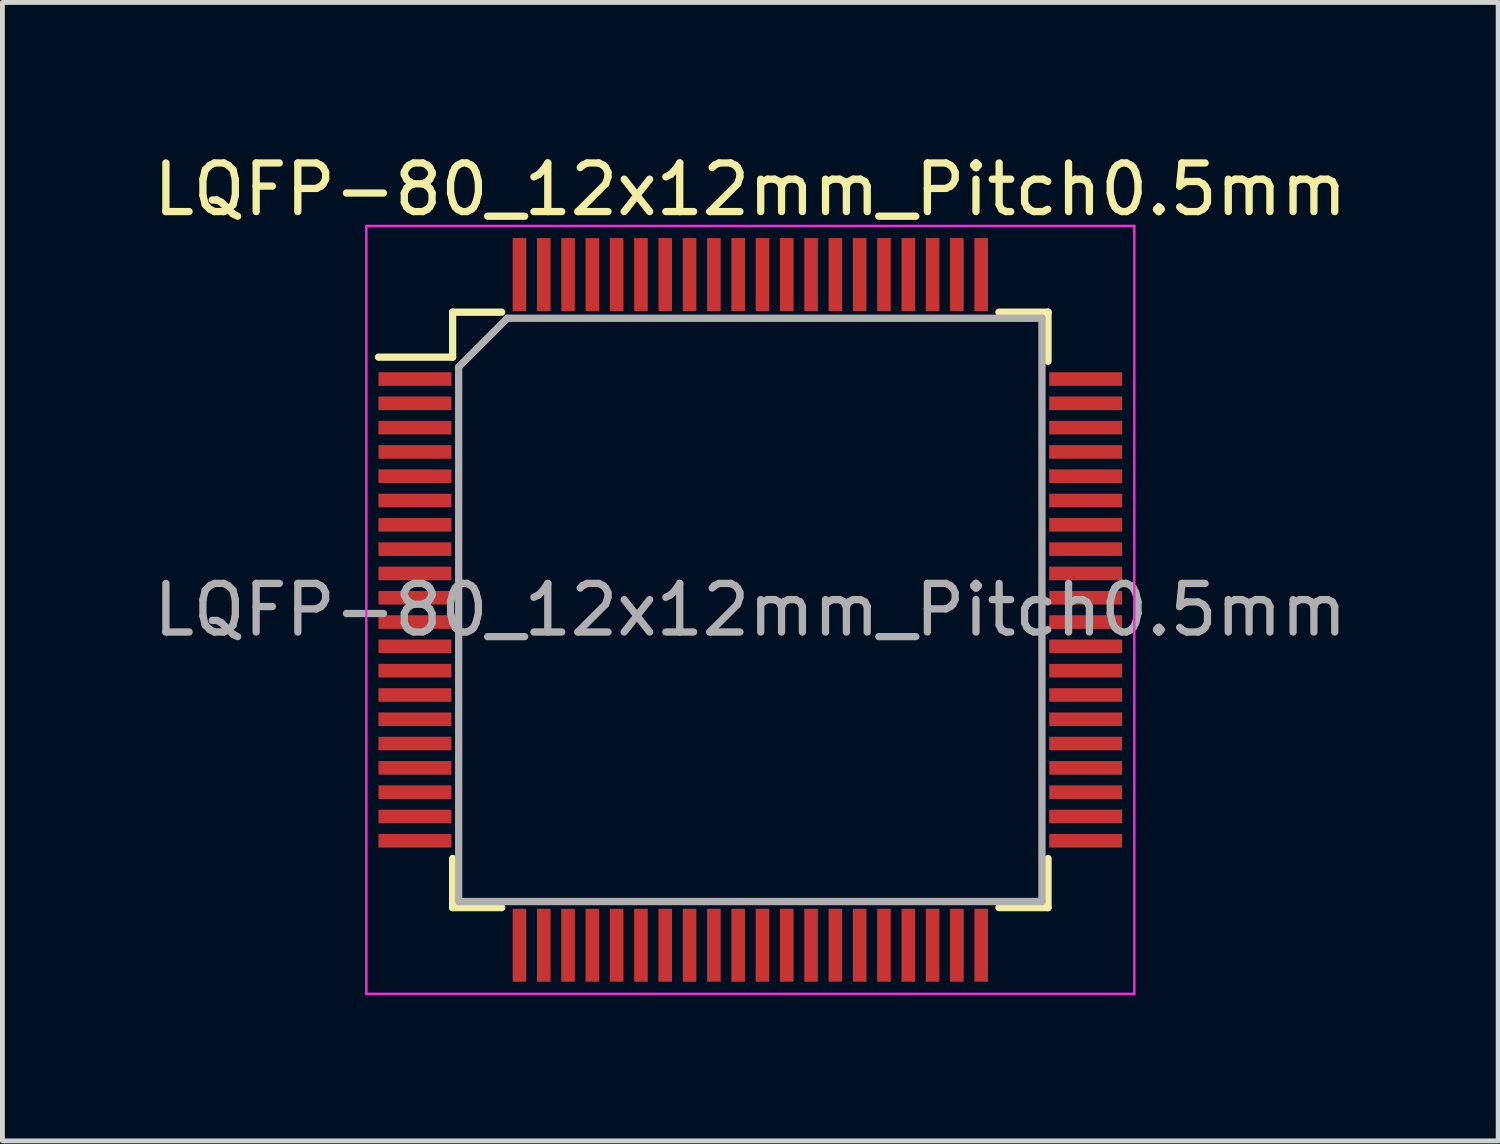
<source format=kicad_pcb>
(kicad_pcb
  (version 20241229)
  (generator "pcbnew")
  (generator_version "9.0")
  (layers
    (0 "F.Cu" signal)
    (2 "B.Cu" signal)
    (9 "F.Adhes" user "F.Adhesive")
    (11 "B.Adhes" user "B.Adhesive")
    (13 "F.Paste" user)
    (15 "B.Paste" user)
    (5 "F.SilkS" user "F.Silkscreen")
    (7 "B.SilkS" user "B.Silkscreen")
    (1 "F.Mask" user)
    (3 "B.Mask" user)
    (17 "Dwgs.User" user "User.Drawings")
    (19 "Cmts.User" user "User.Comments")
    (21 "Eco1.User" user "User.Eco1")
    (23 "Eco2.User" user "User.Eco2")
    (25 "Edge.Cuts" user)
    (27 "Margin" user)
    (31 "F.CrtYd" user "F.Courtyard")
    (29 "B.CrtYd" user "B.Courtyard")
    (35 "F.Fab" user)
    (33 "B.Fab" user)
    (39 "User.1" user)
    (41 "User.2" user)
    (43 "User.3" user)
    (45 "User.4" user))
  (footprint "LQFP-80_12x12mm_Pitch0.5mm"
    (layer "F.Cu")
    (at 12.387 9.498)
    (property "Reference" "LQFP-80_12x12mm_Pitch0.5mm" (at 0 -8.65 0) (layer "F.SilkS") (effects (font (size 1 1) (thickness 0.15))))
    (attr smd)
    (fp_line (start -6.125 -6.125) (end -6.125 -5.2) (stroke (width 0.15) (type solid)) (layer "F.SilkS"))
    (fp_line (start -6.125 -6.125) (end -5.115 -6.125) (stroke (width 0.15) (type solid)) (layer "F.SilkS"))
    (fp_line (start -6.125 -5.2) (end -7.65 -5.2) (stroke (width 0.15) (type solid)) (layer "F.SilkS"))
    (fp_line (start -6.125 6.125) (end -6.125 5.115) (stroke (width 0.15) (type solid)) (layer "F.SilkS"))
    (fp_line (start -6.125 6.125) (end -5.115 6.125) (stroke (width 0.15) (type solid)) (layer "F.SilkS"))
    (fp_line (start 6.125 -6.125) (end 5.115 -6.125) (stroke (width 0.15) (type solid)) (layer "F.SilkS"))
    (fp_line (start 6.125 -6.125) (end 6.125 -5.115) (stroke (width 0.15) (type solid)) (layer "F.SilkS"))
    (fp_line (start 6.125 6.125) (end 5.115 6.125) (stroke (width 0.15) (type solid)) (layer "F.SilkS"))
    (fp_line (start 6.125 6.125) (end 6.125 5.115) (stroke (width 0.15) (type solid)) (layer "F.SilkS"))
    (fp_line (start -7.9 -7.9) (end -7.9 7.9) (stroke (width 0.05) (type solid)) (layer "F.CrtYd"))
    (fp_line (start -7.9 -7.9) (end 7.9 -7.9) (stroke (width 0.05) (type solid)) (layer "F.CrtYd"))
    (fp_line (start -7.9 7.9) (end 7.9 7.9) (stroke (width 0.05) (type solid)) (layer "F.CrtYd"))
    (fp_line (start 7.9 -7.9) (end 7.9 7.9) (stroke (width 0.05) (type solid)) (layer "F.CrtYd"))
    (fp_line (start -6 -5) (end -5 -6) (stroke (width 0.15) (type solid)) (layer "F.Fab"))
    (fp_line (start -6 6) (end -6 -5) (stroke (width 0.15) (type solid)) (layer "F.Fab"))
    (fp_line (start -5 -6) (end 6 -6) (stroke (width 0.15) (type solid)) (layer "F.Fab"))
    (fp_line (start 6 -6) (end 6 6) (stroke (width 0.15) (type solid)) (layer "F.Fab"))
    (fp_line (start 6 6) (end -6 6) (stroke (width 0.15) (type solid)) (layer "F.Fab"))
    (fp_text user "${REFERENCE}" (at 0 0 0) (layer "F.Fab") (effects (font (size 1 1) (thickness 0.15))))
    (pad "1" smd rect (at -6.9 -4.75) (size 1.5 0.28) (layers "F.Cu" "F.Mask" "F.Paste"))
    (pad "2" smd rect (at -6.9 -4.25) (size 1.5 0.28) (layers "F.Cu" "F.Mask" "F.Paste"))
    (pad "3" smd rect (at -6.9 -3.75) (size 1.5 0.28) (layers "F.Cu" "F.Mask" "F.Paste"))
    (pad "4" smd rect (at -6.9 -3.25) (size 1.5 0.28) (layers "F.Cu" "F.Mask" "F.Paste"))
    (pad "5" smd rect (at -6.9 -2.75) (size 1.5 0.28) (layers "F.Cu" "F.Mask" "F.Paste"))
    (pad "6" smd rect (at -6.9 -2.25) (size 1.5 0.28) (layers "F.Cu" "F.Mask" "F.Paste"))
    (pad "7" smd rect (at -6.9 -1.75) (size 1.5 0.28) (layers "F.Cu" "F.Mask" "F.Paste"))
    (pad "8" smd rect (at -6.9 -1.25) (size 1.5 0.28) (layers "F.Cu" "F.Mask" "F.Paste"))
    (pad "9" smd rect (at -6.9 -0.75) (size 1.5 0.28) (layers "F.Cu" "F.Mask" "F.Paste"))
    (pad "10" smd rect (at -6.9 -0.25) (size 1.5 0.28) (layers "F.Cu" "F.Mask" "F.Paste"))
    (pad "11" smd rect (at -6.9 0.25) (size 1.5 0.28) (layers "F.Cu" "F.Mask" "F.Paste"))
    (pad "12" smd rect (at -6.9 0.75) (size 1.5 0.28) (layers "F.Cu" "F.Mask" "F.Paste"))
    (pad "13" smd rect (at -6.9 1.25) (size 1.5 0.28) (layers "F.Cu" "F.Mask" "F.Paste"))
    (pad "14" smd rect (at -6.9 1.75) (size 1.5 0.28) (layers "F.Cu" "F.Mask" "F.Paste"))
    (pad "15" smd rect (at -6.9 2.25) (size 1.5 0.28) (layers "F.Cu" "F.Mask" "F.Paste"))
    (pad "16" smd rect (at -6.9 2.75) (size 1.5 0.28) (layers "F.Cu" "F.Mask" "F.Paste"))
    (pad "17" smd rect (at -6.9 3.25) (size 1.5 0.28) (layers "F.Cu" "F.Mask" "F.Paste"))
    (pad "18" smd rect (at -6.9 3.75) (size 1.5 0.28) (layers "F.Cu" "F.Mask" "F.Paste"))
    (pad "19" smd rect (at -6.9 4.25) (size 1.5 0.28) (layers "F.Cu" "F.Mask" "F.Paste"))
    (pad "20" smd rect (at -6.9 4.75) (size 1.5 0.28) (layers "F.Cu" "F.Mask" "F.Paste"))
    (pad "21" smd rect (at -4.75 6.9 90) (size 1.5 0.28) (layers "F.Cu" "F.Mask" "F.Paste"))
    (pad "22" smd rect (at -4.25 6.9 90) (size 1.5 0.28) (layers "F.Cu" "F.Mask" "F.Paste"))
    (pad "23" smd rect (at -3.75 6.9 90) (size 1.5 0.28) (layers "F.Cu" "F.Mask" "F.Paste"))
    (pad "24" smd rect (at -3.25 6.9 90) (size 1.5 0.28) (layers "F.Cu" "F.Mask" "F.Paste"))
    (pad "25" smd rect (at -2.75 6.9 90) (size 1.5 0.28) (layers "F.Cu" "F.Mask" "F.Paste"))
    (pad "26" smd rect (at -2.25 6.9 90) (size 1.5 0.28) (layers "F.Cu" "F.Mask" "F.Paste"))
    (pad "27" smd rect (at -1.75 6.9 90) (size 1.5 0.28) (layers "F.Cu" "F.Mask" "F.Paste"))
    (pad "28" smd rect (at -1.25 6.9 90) (size 1.5 0.28) (layers "F.Cu" "F.Mask" "F.Paste"))
    (pad "29" smd rect (at -0.75 6.9 90) (size 1.5 0.28) (layers "F.Cu" "F.Mask" "F.Paste"))
    (pad "30" smd rect (at -0.25 6.9 90) (size 1.5 0.28) (layers "F.Cu" "F.Mask" "F.Paste"))
    (pad "31" smd rect (at 0.25 6.9 90) (size 1.5 0.28) (layers "F.Cu" "F.Mask" "F.Paste"))
    (pad "32" smd rect (at 0.75 6.9 90) (size 1.5 0.28) (layers "F.Cu" "F.Mask" "F.Paste"))
    (pad "33" smd rect (at 1.25 6.9 90) (size 1.5 0.28) (layers "F.Cu" "F.Mask" "F.Paste"))
    (pad "34" smd rect (at 1.75 6.9 90) (size 1.5 0.28) (layers "F.Cu" "F.Mask" "F.Paste"))
    (pad "35" smd rect (at 2.25 6.9 90) (size 1.5 0.28) (layers "F.Cu" "F.Mask" "F.Paste"))
    (pad "36" smd rect (at 2.75 6.9 90) (size 1.5 0.28) (layers "F.Cu" "F.Mask" "F.Paste"))
    (pad "37" smd rect (at 3.25 6.9 90) (size 1.5 0.28) (layers "F.Cu" "F.Mask" "F.Paste"))
    (pad "38" smd rect (at 3.75 6.9 90) (size 1.5 0.28) (layers "F.Cu" "F.Mask" "F.Paste"))
    (pad "39" smd rect (at 4.25 6.9 90) (size 1.5 0.28) (layers "F.Cu" "F.Mask" "F.Paste"))
    (pad "40" smd rect (at 4.75 6.9 90) (size 1.5 0.28) (layers "F.Cu" "F.Mask" "F.Paste"))
    (pad "41" smd rect (at 6.9 4.75) (size 1.5 0.28) (layers "F.Cu" "F.Mask" "F.Paste"))
    (pad "42" smd rect (at 6.9 4.25) (size 1.5 0.28) (layers "F.Cu" "F.Mask" "F.Paste"))
    (pad "43" smd rect (at 6.9 3.75) (size 1.5 0.28) (layers "F.Cu" "F.Mask" "F.Paste"))
    (pad "44" smd rect (at 6.9 3.25) (size 1.5 0.28) (layers "F.Cu" "F.Mask" "F.Paste"))
    (pad "45" smd rect (at 6.9 2.75) (size 1.5 0.28) (layers "F.Cu" "F.Mask" "F.Paste"))
    (pad "46" smd rect (at 6.9 2.25) (size 1.5 0.28) (layers "F.Cu" "F.Mask" "F.Paste"))
    (pad "47" smd rect (at 6.9 1.75) (size 1.5 0.28) (layers "F.Cu" "F.Mask" "F.Paste"))
    (pad "48" smd rect (at 6.9 1.25) (size 1.5 0.28) (layers "F.Cu" "F.Mask" "F.Paste"))
    (pad "49" smd rect (at 6.9 0.75) (size 1.5 0.28) (layers "F.Cu" "F.Mask" "F.Paste"))
    (pad "50" smd rect (at 6.9 0.25) (size 1.5 0.28) (layers "F.Cu" "F.Mask" "F.Paste"))
    (pad "51" smd rect (at 6.9 -0.25) (size 1.5 0.28) (layers "F.Cu" "F.Mask" "F.Paste"))
    (pad "52" smd rect (at 6.9 -0.75) (size 1.5 0.28) (layers "F.Cu" "F.Mask" "F.Paste"))
    (pad "53" smd rect (at 6.9 -1.25) (size 1.5 0.28) (layers "F.Cu" "F.Mask" "F.Paste"))
    (pad "54" smd rect (at 6.9 -1.75) (size 1.5 0.28) (layers "F.Cu" "F.Mask" "F.Paste"))
    (pad "55" smd rect (at 6.9 -2.25) (size 1.5 0.28) (layers "F.Cu" "F.Mask" "F.Paste"))
    (pad "56" smd rect (at 6.9 -2.75) (size 1.5 0.28) (layers "F.Cu" "F.Mask" "F.Paste"))
    (pad "57" smd rect (at 6.9 -3.25) (size 1.5 0.28) (layers "F.Cu" "F.Mask" "F.Paste"))
    (pad "58" smd rect (at 6.9 -3.75) (size 1.5 0.28) (layers "F.Cu" "F.Mask" "F.Paste"))
    (pad "59" smd rect (at 6.9 -4.25) (size 1.5 0.28) (layers "F.Cu" "F.Mask" "F.Paste"))
    (pad "60" smd rect (at 6.9 -4.75) (size 1.5 0.28) (layers "F.Cu" "F.Mask" "F.Paste"))
    (pad "61" smd rect (at 4.75 -6.9 90) (size 1.5 0.28) (layers "F.Cu" "F.Mask" "F.Paste"))
    (pad "62" smd rect (at 4.25 -6.9 90) (size 1.5 0.28) (layers "F.Cu" "F.Mask" "F.Paste"))
    (pad "63" smd rect (at 3.75 -6.9 90) (size 1.5 0.28) (layers "F.Cu" "F.Mask" "F.Paste"))
    (pad "64" smd rect (at 3.25 -6.9 90) (size 1.5 0.28) (layers "F.Cu" "F.Mask" "F.Paste"))
    (pad "65" smd rect (at 2.75 -6.9 90) (size 1.5 0.28) (layers "F.Cu" "F.Mask" "F.Paste"))
    (pad "66" smd rect (at 2.25 -6.9 90) (size 1.5 0.28) (layers "F.Cu" "F.Mask" "F.Paste"))
    (pad "67" smd rect (at 1.75 -6.9 90) (size 1.5 0.28) (layers "F.Cu" "F.Mask" "F.Paste"))
    (pad "68" smd rect (at 1.25 -6.9 90) (size 1.5 0.28) (layers "F.Cu" "F.Mask" "F.Paste"))
    (pad "69" smd rect (at 0.75 -6.9 90) (size 1.5 0.28) (layers "F.Cu" "F.Mask" "F.Paste"))
    (pad "70" smd rect (at 0.25 -6.9 90) (size 1.5 0.28) (layers "F.Cu" "F.Mask" "F.Paste"))
    (pad "71" smd rect (at -0.25 -6.9 90) (size 1.5 0.28) (layers "F.Cu" "F.Mask" "F.Paste"))
    (pad "72" smd rect (at -0.75 -6.9 90) (size 1.5 0.28) (layers "F.Cu" "F.Mask" "F.Paste"))
    (pad "73" smd rect (at -1.25 -6.9 90) (size 1.5 0.28) (layers "F.Cu" "F.Mask" "F.Paste"))
    (pad "74" smd rect (at -1.75 -6.9 90) (size 1.5 0.28) (layers "F.Cu" "F.Mask" "F.Paste"))
    (pad "75" smd rect (at -2.25 -6.9 90) (size 1.5 0.28) (layers "F.Cu" "F.Mask" "F.Paste"))
    (pad "76" smd rect (at -2.75 -6.9 90) (size 1.5 0.28) (layers "F.Cu" "F.Mask" "F.Paste"))
    (pad "77" smd rect (at -3.25 -6.9 90) (size 1.5 0.28) (layers "F.Cu" "F.Mask" "F.Paste"))
    (pad "78" smd rect (at -3.75 -6.9 90) (size 1.5 0.28) (layers "F.Cu" "F.Mask" "F.Paste"))
    (pad "79" smd rect (at -4.25 -6.9 90) (size 1.5 0.28) (layers "F.Cu" "F.Mask" "F.Paste"))
    (pad "80" smd rect (at -4.75 -6.9 90) (size 1.5 0.28) (layers "F.Cu" "F.Mask" "F.Paste")))
  (gr_rect
    (start -3 -3)
    (end 27.774 20.423)
    (stroke (width 0.1) (type default))
    (fill no)
    (layer "Edge.Cuts")))
</source>
